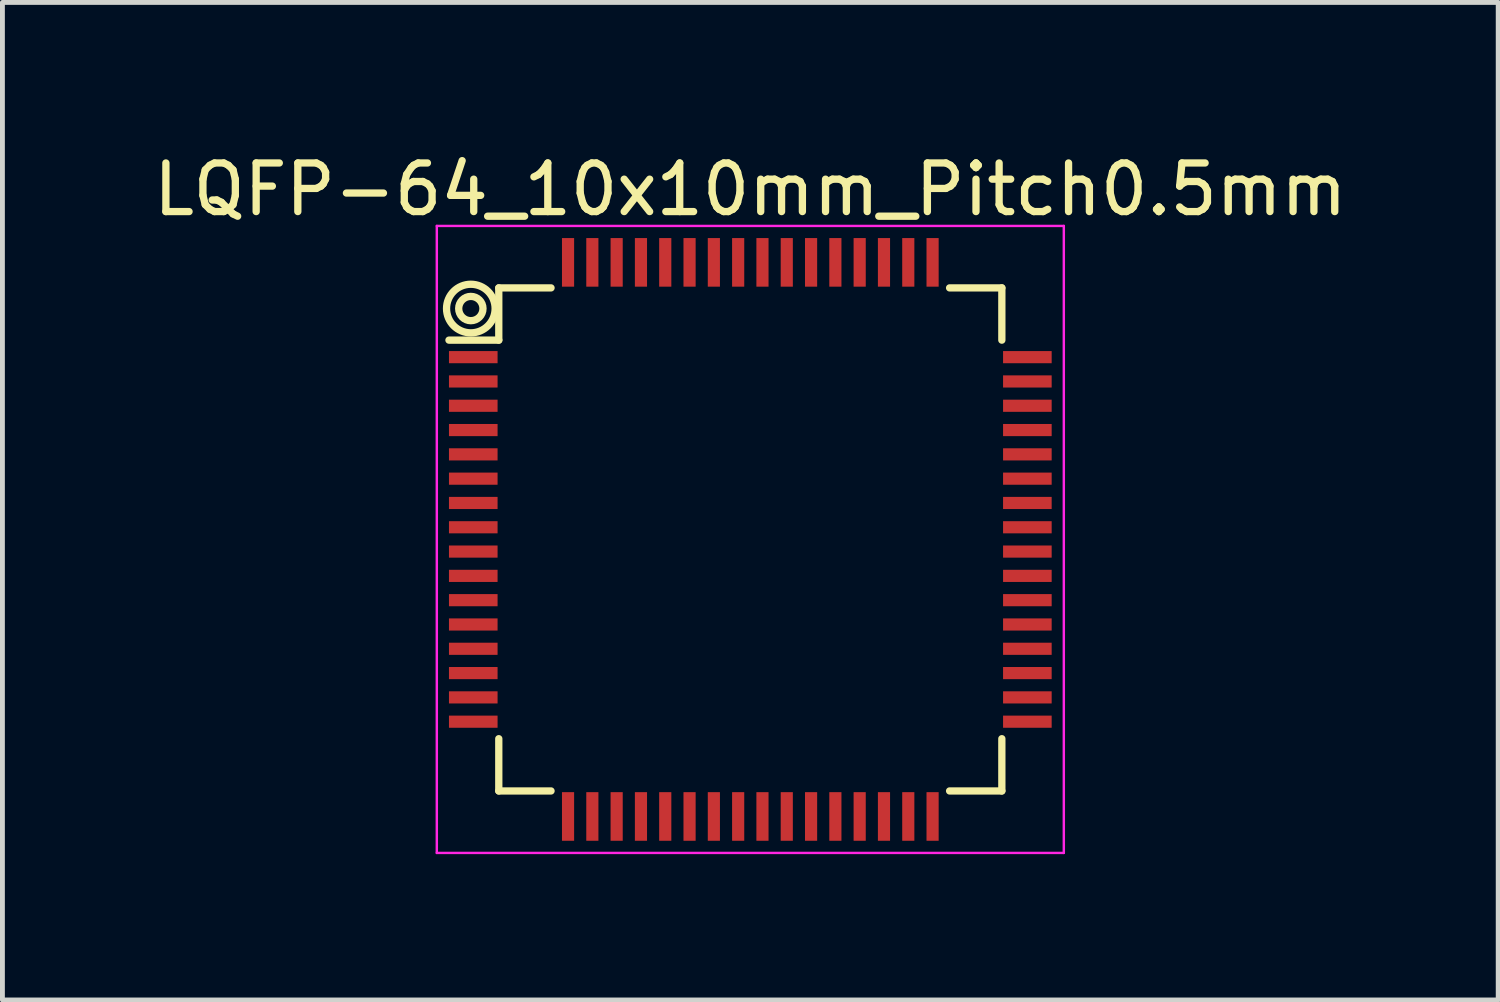
<source format=kicad_pcb>
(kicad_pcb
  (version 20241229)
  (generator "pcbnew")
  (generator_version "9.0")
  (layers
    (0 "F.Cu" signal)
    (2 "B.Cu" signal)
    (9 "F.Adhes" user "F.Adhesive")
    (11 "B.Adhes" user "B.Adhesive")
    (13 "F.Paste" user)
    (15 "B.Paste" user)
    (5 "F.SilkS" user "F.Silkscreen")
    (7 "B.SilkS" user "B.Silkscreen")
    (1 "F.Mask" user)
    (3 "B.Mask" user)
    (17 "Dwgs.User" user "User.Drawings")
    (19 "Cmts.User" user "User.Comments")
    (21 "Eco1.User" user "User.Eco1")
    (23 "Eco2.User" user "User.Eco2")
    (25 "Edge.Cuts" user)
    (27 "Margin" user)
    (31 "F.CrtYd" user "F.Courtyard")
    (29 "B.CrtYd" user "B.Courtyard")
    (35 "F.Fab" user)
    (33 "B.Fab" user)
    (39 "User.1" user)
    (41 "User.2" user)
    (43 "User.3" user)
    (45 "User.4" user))
  (footprint "LQFP-64_10x10mm_Pitch0.5mm"
    (layer "F.Cu")
    (at 12.387 8.048)
    (property "Reference" "LQFP-64_10x10mm_Pitch0.5mm" (at 0 -7.2 0) (layer "F.SilkS") (effects (font (size 1 1) (thickness 0.15))))
    (attr smd)
    (fp_line (start -5.175 -5.175) (end -5.175 -4.1) (stroke (width 0.15) (type solid)) (layer "F.SilkS"))
    (fp_line (start -5.175 -5.175) (end -4.1 -5.175) (stroke (width 0.15) (type solid)) (layer "F.SilkS"))
    (fp_line (start -5.175 -4.1) (end -6.2 -4.1) (stroke (width 0.15) (type solid)) (layer "F.SilkS"))
    (fp_line (start -5.175 5.175) (end -5.175 4.1) (stroke (width 0.15) (type solid)) (layer "F.SilkS"))
    (fp_line (start -5.175 5.175) (end -4.1 5.175) (stroke (width 0.15) (type solid)) (layer "F.SilkS"))
    (fp_line (start 5.175 -5.175) (end 4.1 -5.175) (stroke (width 0.15) (type solid)) (layer "F.SilkS"))
    (fp_line (start 5.175 -5.175) (end 5.175 -4.1) (stroke (width 0.15) (type solid)) (layer "F.SilkS"))
    (fp_line (start 5.175 5.175) (end 4.1 5.175) (stroke (width 0.15) (type solid)) (layer "F.SilkS"))
    (fp_line (start 5.175 5.175) (end 5.175 4.1) (stroke (width 0.15) (type solid)) (layer "F.SilkS"))
    (fp_circle (center -5.75 -4.75) (end -6.25 -4.75) (stroke (width 0.15) (type solid)) (fill no) (layer "F.SilkS"))
    (fp_circle (center -5.75 -4.75) (end -6 -4.75) (stroke (width 0.15) (type solid)) (fill no) (layer "F.SilkS"))
    (fp_line (start -6.45 -6.45) (end -6.45 6.45) (stroke (width 0.05) (type solid)) (layer "F.CrtYd"))
    (fp_line (start -6.45 -6.45) (end 6.45 -6.45) (stroke (width 0.05) (type solid)) (layer "F.CrtYd"))
    (fp_line (start -6.45 6.45) (end 6.45 6.45) (stroke (width 0.05) (type solid)) (layer "F.CrtYd"))
    (fp_line (start 6.45 -6.45) (end 6.45 6.45) (stroke (width 0.05) (type solid)) (layer "F.CrtYd"))
    (pad "1" smd rect (at -5.7 -3.75) (size 1 0.25) (layers "F.Cu" "F.Mask" "F.Paste"))
    (pad "2" smd rect (at -5.7 -3.25) (size 1 0.25) (layers "F.Cu" "F.Mask" "F.Paste"))
    (pad "3" smd rect (at -5.7 -2.75) (size 1 0.25) (layers "F.Cu" "F.Mask" "F.Paste"))
    (pad "4" smd rect (at -5.7 -2.25) (size 1 0.25) (layers "F.Cu" "F.Mask" "F.Paste"))
    (pad "5" smd rect (at -5.7 -1.75) (size 1 0.25) (layers "F.Cu" "F.Mask" "F.Paste"))
    (pad "6" smd rect (at -5.7 -1.25) (size 1 0.25) (layers "F.Cu" "F.Mask" "F.Paste"))
    (pad "7" smd rect (at -5.7 -0.75) (size 1 0.25) (layers "F.Cu" "F.Mask" "F.Paste"))
    (pad "8" smd rect (at -5.7 -0.25) (size 1 0.25) (layers "F.Cu" "F.Mask" "F.Paste"))
    (pad "9" smd rect (at -5.7 0.25) (size 1 0.25) (layers "F.Cu" "F.Mask" "F.Paste"))
    (pad "10" smd rect (at -5.7 0.75) (size 1 0.25) (layers "F.Cu" "F.Mask" "F.Paste"))
    (pad "11" smd rect (at -5.7 1.25) (size 1 0.25) (layers "F.Cu" "F.Mask" "F.Paste"))
    (pad "12" smd rect (at -5.7 1.75) (size 1 0.25) (layers "F.Cu" "F.Mask" "F.Paste"))
    (pad "13" smd rect (at -5.7 2.25) (size 1 0.25) (layers "F.Cu" "F.Mask" "F.Paste"))
    (pad "14" smd rect (at -5.7 2.75) (size 1 0.25) (layers "F.Cu" "F.Mask" "F.Paste"))
    (pad "15" smd rect (at -5.7 3.25) (size 1 0.25) (layers "F.Cu" "F.Mask" "F.Paste"))
    (pad "16" smd rect (at -5.7 3.75) (size 1 0.25) (layers "F.Cu" "F.Mask" "F.Paste"))
    (pad "17" smd rect (at -3.75 5.7 90) (size 1 0.25) (layers "F.Cu" "F.Mask" "F.Paste"))
    (pad "18" smd rect (at -3.25 5.7 90) (size 1 0.25) (layers "F.Cu" "F.Mask" "F.Paste"))
    (pad "19" smd rect (at -2.75 5.7 90) (size 1 0.25) (layers "F.Cu" "F.Mask" "F.Paste"))
    (pad "20" smd rect (at -2.25 5.7 90) (size 1 0.25) (layers "F.Cu" "F.Mask" "F.Paste"))
    (pad "21" smd rect (at -1.75 5.7 90) (size 1 0.25) (layers "F.Cu" "F.Mask" "F.Paste"))
    (pad "22" smd rect (at -1.25 5.7 90) (size 1 0.25) (layers "F.Cu" "F.Mask" "F.Paste"))
    (pad "23" smd rect (at -0.75 5.7 90) (size 1 0.25) (layers "F.Cu" "F.Mask" "F.Paste"))
    (pad "24" smd rect (at -0.25 5.7 90) (size 1 0.25) (layers "F.Cu" "F.Mask" "F.Paste"))
    (pad "25" smd rect (at 0.25 5.7 90) (size 1 0.25) (layers "F.Cu" "F.Mask" "F.Paste"))
    (pad "26" smd rect (at 0.75 5.7 90) (size 1 0.25) (layers "F.Cu" "F.Mask" "F.Paste"))
    (pad "27" smd rect (at 1.25 5.7 90) (size 1 0.25) (layers "F.Cu" "F.Mask" "F.Paste"))
    (pad "28" smd rect (at 1.75 5.7 90) (size 1 0.25) (layers "F.Cu" "F.Mask" "F.Paste"))
    (pad "29" smd rect (at 2.25 5.7 90) (size 1 0.25) (layers "F.Cu" "F.Mask" "F.Paste"))
    (pad "30" smd rect (at 2.75 5.7 90) (size 1 0.25) (layers "F.Cu" "F.Mask" "F.Paste"))
    (pad "31" smd rect (at 3.25 5.7 90) (size 1 0.25) (layers "F.Cu" "F.Mask" "F.Paste"))
    (pad "32" smd rect (at 3.75 5.7 90) (size 1 0.25) (layers "F.Cu" "F.Mask" "F.Paste"))
    (pad "33" smd rect (at 5.7 3.75) (size 1 0.25) (layers "F.Cu" "F.Mask" "F.Paste"))
    (pad "34" smd rect (at 5.7 3.25) (size 1 0.25) (layers "F.Cu" "F.Mask" "F.Paste"))
    (pad "35" smd rect (at 5.7 2.75) (size 1 0.25) (layers "F.Cu" "F.Mask" "F.Paste"))
    (pad "36" smd rect (at 5.7 2.25) (size 1 0.25) (layers "F.Cu" "F.Mask" "F.Paste"))
    (pad "37" smd rect (at 5.7 1.75) (size 1 0.25) (layers "F.Cu" "F.Mask" "F.Paste"))
    (pad "38" smd rect (at 5.7 1.25) (size 1 0.25) (layers "F.Cu" "F.Mask" "F.Paste"))
    (pad "39" smd rect (at 5.7 0.75) (size 1 0.25) (layers "F.Cu" "F.Mask" "F.Paste"))
    (pad "40" smd rect (at 5.7 0.25) (size 1 0.25) (layers "F.Cu" "F.Mask" "F.Paste"))
    (pad "41" smd rect (at 5.7 -0.25) (size 1 0.25) (layers "F.Cu" "F.Mask" "F.Paste"))
    (pad "42" smd rect (at 5.7 -0.75) (size 1 0.25) (layers "F.Cu" "F.Mask" "F.Paste"))
    (pad "43" smd rect (at 5.7 -1.25) (size 1 0.25) (layers "F.Cu" "F.Mask" "F.Paste"))
    (pad "44" smd rect (at 5.7 -1.75) (size 1 0.25) (layers "F.Cu" "F.Mask" "F.Paste"))
    (pad "45" smd rect (at 5.7 -2.25) (size 1 0.25) (layers "F.Cu" "F.Mask" "F.Paste"))
    (pad "46" smd rect (at 5.7 -2.75) (size 1 0.25) (layers "F.Cu" "F.Mask" "F.Paste"))
    (pad "47" smd rect (at 5.7 -3.25) (size 1 0.25) (layers "F.Cu" "F.Mask" "F.Paste"))
    (pad "48" smd rect (at 5.7 -3.75) (size 1 0.25) (layers "F.Cu" "F.Mask" "F.Paste"))
    (pad "49" smd rect (at 3.75 -5.7 90) (size 1 0.25) (layers "F.Cu" "F.Mask" "F.Paste"))
    (pad "50" smd rect (at 3.25 -5.7 90) (size 1 0.25) (layers "F.Cu" "F.Mask" "F.Paste"))
    (pad "51" smd rect (at 2.75 -5.7 90) (size 1 0.25) (layers "F.Cu" "F.Mask" "F.Paste"))
    (pad "52" smd rect (at 2.25 -5.7 90) (size 1 0.25) (layers "F.Cu" "F.Mask" "F.Paste"))
    (pad "53" smd rect (at 1.75 -5.7 90) (size 1 0.25) (layers "F.Cu" "F.Mask" "F.Paste"))
    (pad "54" smd rect (at 1.25 -5.7 90) (size 1 0.25) (layers "F.Cu" "F.Mask" "F.Paste"))
    (pad "55" smd rect (at 0.75 -5.7 90) (size 1 0.25) (layers "F.Cu" "F.Mask" "F.Paste"))
    (pad "56" smd rect (at 0.25 -5.7 90) (size 1 0.25) (layers "F.Cu" "F.Mask" "F.Paste"))
    (pad "57" smd rect (at -0.25 -5.7 90) (size 1 0.25) (layers "F.Cu" "F.Mask" "F.Paste"))
    (pad "58" smd rect (at -0.75 -5.7 90) (size 1 0.25) (layers "F.Cu" "F.Mask" "F.Paste"))
    (pad "59" smd rect (at -1.25 -5.7 90) (size 1 0.25) (layers "F.Cu" "F.Mask" "F.Paste"))
    (pad "60" smd rect (at -1.75 -5.7 90) (size 1 0.25) (layers "F.Cu" "F.Mask" "F.Paste"))
    (pad "61" smd rect (at -2.25 -5.7 90) (size 1 0.25) (layers "F.Cu" "F.Mask" "F.Paste"))
    (pad "62" smd rect (at -2.75 -5.7 90) (size 1 0.25) (layers "F.Cu" "F.Mask" "F.Paste"))
    (pad "63" smd rect (at -3.25 -5.7 90) (size 1 0.25) (layers "F.Cu" "F.Mask" "F.Paste"))
    (pad "64" smd rect (at -3.75 -5.7 90) (size 1 0.25) (layers "F.Cu" "F.Mask" "F.Paste")))
  (gr_rect
    (start -3 -3)
    (end 27.774 17.523)
    (stroke (width 0.1) (type default))
    (fill no)
    (layer "Edge.Cuts")))
</source>
